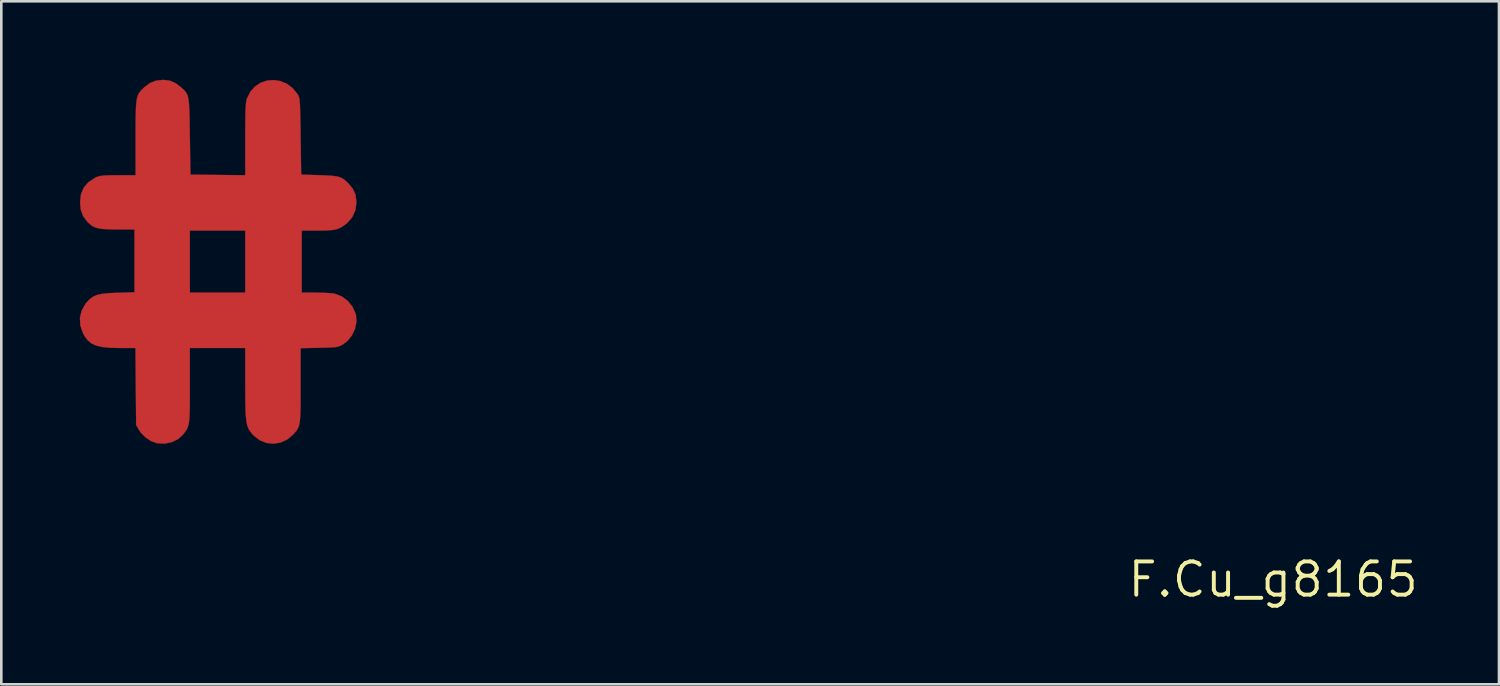
<source format=kicad_pcb>
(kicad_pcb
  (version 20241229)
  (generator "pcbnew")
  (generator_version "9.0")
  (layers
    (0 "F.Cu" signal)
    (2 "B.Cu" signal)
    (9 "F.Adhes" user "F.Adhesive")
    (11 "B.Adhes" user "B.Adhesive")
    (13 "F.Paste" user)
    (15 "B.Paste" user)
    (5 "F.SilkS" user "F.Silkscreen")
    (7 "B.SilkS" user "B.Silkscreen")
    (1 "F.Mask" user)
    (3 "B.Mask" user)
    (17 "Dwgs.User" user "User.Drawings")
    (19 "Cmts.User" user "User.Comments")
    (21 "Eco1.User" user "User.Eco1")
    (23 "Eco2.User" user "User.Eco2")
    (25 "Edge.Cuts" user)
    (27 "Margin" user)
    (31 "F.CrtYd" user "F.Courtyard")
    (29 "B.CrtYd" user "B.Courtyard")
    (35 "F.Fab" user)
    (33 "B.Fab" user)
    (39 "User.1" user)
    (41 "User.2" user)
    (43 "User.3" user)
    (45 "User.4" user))
  (footprint "F.Cu_g8165"
    (layer "F.Cu")
    (at 45.608 19.097)
    (property "Reference" "F.Cu_g8165" (at 0 0 0) (layer "F.SilkS") (effects (font (size 1.27 1.27) (thickness 0.15))))
    (attr through_hole)
    (fp_poly (pts (xy -42.173 -19.066) (xy -41.963 -18.979) (xy -41.752 -18.822) (xy -41.743 -18.814) (xy -41.661 -18.74) (xy -41.595 -18.674) (xy -41.542 -18.607) (xy -41.501 -18.529) (xy -41.47 -18.431) (xy -41.448 -18.303) (xy -41.432 -18.136) (xy -41.421 -17.922) (xy -41.413 -17.65) (xy -41.408 -17.311) (xy -41.402 -16.933) (xy -41.381 -15.473) (xy -39.285 -15.45) (xy -39.285 -16.819) (xy -39.285 -17.215) (xy -39.282 -17.536) (xy -39.278 -17.791) (xy -39.272 -17.989) (xy -39.262 -18.139) (xy -39.25 -18.251) (xy -39.234 -18.334) (xy -39.221 -18.378) (xy -39.093 -18.638) (xy -38.915 -18.84) (xy -38.699 -18.982) (xy -38.456 -19.066) (xy -38.2 -19.088) (xy -37.943 -19.048) (xy -37.696 -18.945) (xy -37.473 -18.778) (xy -37.285 -18.546) (xy -37.282 -18.542) (xy -37.257 -18.499) (xy -37.237 -18.453) (xy -37.221 -18.393) (xy -37.209 -18.311) (xy -37.199 -18.198) (xy -37.191 -18.044) (xy -37.184 -17.84) (xy -37.179 -17.577) (xy -37.173 -17.246) (xy -37.169 -16.933) (xy -37.148 -15.473) (xy -36.449 -15.452) (xy -36.163 -15.441) (xy -35.945 -15.427) (xy -35.781 -15.405) (xy -35.656 -15.37) (xy -35.553 -15.318) (xy -35.456 -15.245) (xy -35.352 -15.145) (xy -35.341 -15.134) (xy -35.17 -14.925) (xy -35.072 -14.706) (xy -35.037 -14.45) (xy -35.037 -14.413) (xy -35.075 -14.117) (xy -35.189 -13.857) (xy -35.377 -13.637) (xy -35.408 -13.611) (xy -35.54 -13.51) (xy -35.661 -13.437) (xy -35.791 -13.387) (xy -35.945 -13.357) (xy -36.143 -13.341) (xy -36.402 -13.335) (xy -36.511 -13.335) (xy -37.126 -13.335) (xy -37.126 -10.964) (xy -36.587 -10.963) (xy -36.361 -10.959) (xy -36.148 -10.95) (xy -35.971 -10.936) (xy -35.856 -10.919) (xy -35.6 -10.819) (xy -35.373 -10.652) (xy -35.193 -10.433) (xy -35.073 -10.178) (xy -35.053 -10.103) (xy -35.036 -9.841) (xy -35.091 -9.576) (xy -35.209 -9.328) (xy -35.381 -9.115) (xy -35.554 -8.984) (xy -35.63 -8.942) (xy -35.701 -8.911) (xy -35.783 -8.889) (xy -35.89 -8.875) (xy -36.039 -8.866) (xy -36.245 -8.859) (xy -36.46 -8.855) (xy -37.169 -8.841) (xy -37.169 -7.425) (xy -37.169 -7.019) (xy -37.17 -6.687) (xy -37.175 -6.422) (xy -37.184 -6.212) (xy -37.199 -6.048) (xy -37.221 -5.921) (xy -37.252 -5.82) (xy -37.294 -5.737) (xy -37.348 -5.662) (xy -37.415 -5.584) (xy -37.465 -5.529) (xy -37.688 -5.345) (xy -37.94 -5.232) (xy -38.208 -5.19) (xy -38.476 -5.22) (xy -38.731 -5.322) (xy -38.957 -5.496) (xy -38.983 -5.523) (xy -39.06 -5.611) (xy -39.123 -5.697) (xy -39.173 -5.792) (xy -39.211 -5.904) (xy -39.24 -6.044) (xy -39.26 -6.22) (xy -39.273 -6.443) (xy -39.281 -6.721) (xy -39.284 -7.064) (xy -39.285 -7.482) (xy -39.285 -7.501) (xy -39.285 -8.848) (xy -41.402 -8.848) (xy -41.402 -7.428) (xy -41.402 -7.023) (xy -41.404 -6.693) (xy -41.408 -6.428) (xy -41.417 -6.219) (xy -41.431 -6.055) (xy -41.451 -5.928) (xy -41.48 -5.827) (xy -41.517 -5.742) (xy -41.566 -5.664) (xy -41.626 -5.584) (xy -41.656 -5.545) (xy -41.847 -5.369) (xy -42.088 -5.25) (xy -42.359 -5.194) (xy -42.641 -5.206) (xy -42.661 -5.21) (xy -42.884 -5.29) (xy -43.099 -5.433) (xy -43.278 -5.617) (xy -43.338 -5.706) (xy -43.455 -5.905) (xy -43.468 -7.377) (xy -43.48 -8.848) (xy -44.108 -8.848) (xy -44.469 -8.857) (xy -44.759 -8.886) (xy -44.988 -8.941) (xy -45.169 -9.027) (xy -45.312 -9.148) (xy -45.429 -9.309) (xy -45.49 -9.422) (xy -45.588 -9.71) (xy -45.603 -9.998) (xy -45.536 -10.276) (xy -45.39 -10.536) (xy -45.334 -10.604) (xy -45.219 -10.72) (xy -45.099 -10.808) (xy -44.958 -10.87) (xy -44.781 -10.912) (xy -44.554 -10.939) (xy -44.261 -10.954) (xy -44.164 -10.957) (xy -43.519 -10.973) (xy -43.519 -13.335) (xy -41.402 -13.335) (xy -41.402 -10.964) (xy -39.285 -10.964) (xy -39.285 -13.335) (xy -41.402 -13.335) (xy -43.519 -13.335) (xy -43.519 -13.377) (xy -44.185 -13.378) (xy -44.488 -13.382) (xy -44.722 -13.395) (xy -44.901 -13.421) (xy -45.042 -13.464) (xy -45.158 -13.528) (xy -45.265 -13.618) (xy -45.326 -13.679) (xy -45.482 -13.891) (xy -45.571 -14.134) (xy -45.598 -14.422) (xy -45.563 -14.721) (xy -45.457 -14.975) (xy -45.279 -15.184) (xy -45.029 -15.349) (xy -44.979 -15.373) (xy -44.898 -15.403) (xy -44.802 -15.425) (xy -44.674 -15.439) (xy -44.499 -15.447) (xy -44.261 -15.45) (xy -44.143 -15.451) (xy -43.476 -15.452) (xy -43.475 -16.88) (xy -43.475 -17.294) (xy -43.473 -17.632) (xy -43.467 -17.905) (xy -43.457 -18.121) (xy -43.44 -18.29) (xy -43.414 -18.422) (xy -43.378 -18.526) (xy -43.331 -18.611) (xy -43.27 -18.687) (xy -43.194 -18.763) (xy -43.127 -18.825) (xy -42.922 -18.977) (xy -42.698 -19.063) (xy -42.43 -19.092) (xy -42.406 -19.092) (xy -42.173 -19.066)) (stroke (width 0.01) (type solid)) (fill yes) (layer "F.Cu")))
  (gr_rect
    (start -3 -3)
    (end 54.239 23.103)
    (stroke (width 0.1) (type default))
    (fill no)
    (layer "Edge.Cuts")))
</source>
